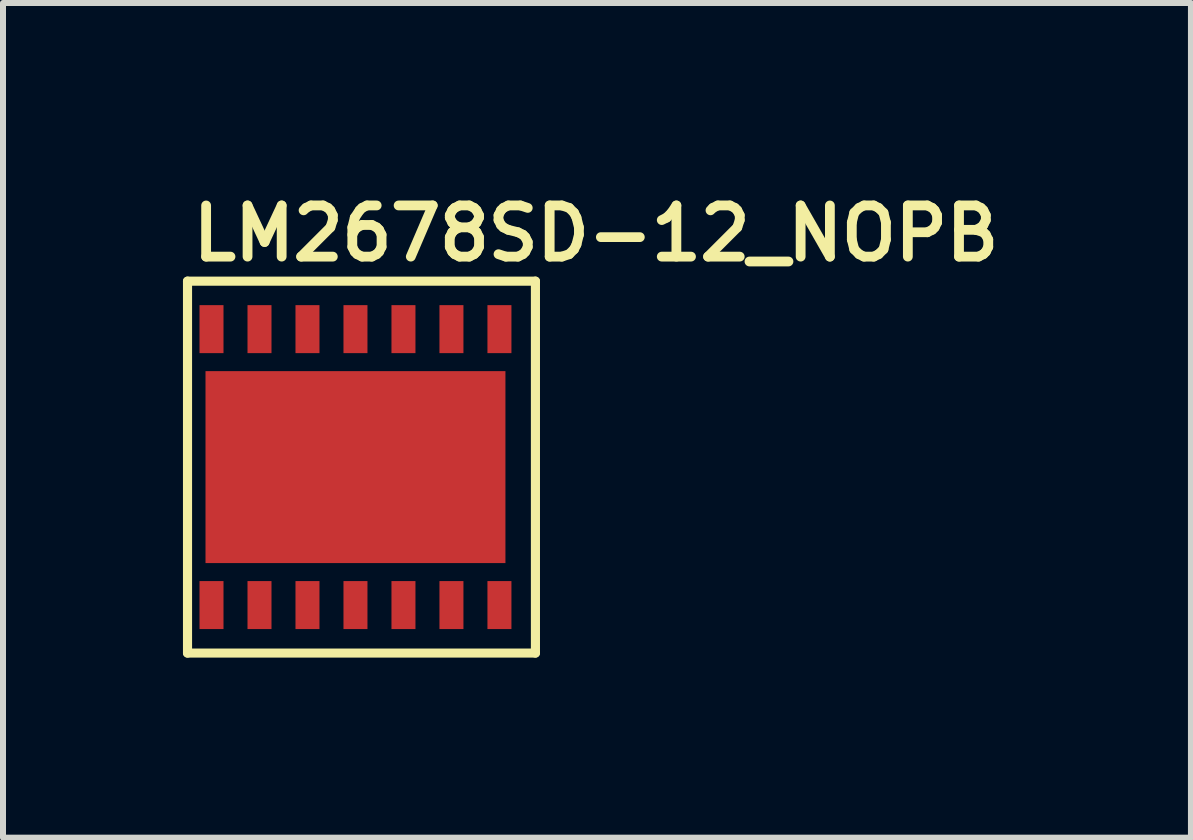
<source format=kicad_pcb>
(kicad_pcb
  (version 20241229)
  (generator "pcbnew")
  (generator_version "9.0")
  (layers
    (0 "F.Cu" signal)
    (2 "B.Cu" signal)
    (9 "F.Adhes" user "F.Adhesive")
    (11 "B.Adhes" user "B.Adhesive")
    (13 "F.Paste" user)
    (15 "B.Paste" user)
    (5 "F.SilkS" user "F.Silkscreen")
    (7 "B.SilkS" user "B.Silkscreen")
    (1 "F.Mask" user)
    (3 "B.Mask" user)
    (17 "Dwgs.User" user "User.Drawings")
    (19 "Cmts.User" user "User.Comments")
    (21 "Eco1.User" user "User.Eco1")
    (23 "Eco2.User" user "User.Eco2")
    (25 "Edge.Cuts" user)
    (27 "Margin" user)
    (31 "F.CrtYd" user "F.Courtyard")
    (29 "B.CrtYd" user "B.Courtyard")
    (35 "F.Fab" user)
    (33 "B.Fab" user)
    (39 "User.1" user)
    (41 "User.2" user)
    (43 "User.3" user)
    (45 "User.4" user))
  (footprint "LM2678SD-12_NOPB"
    (layer "F.Cu")
    (at 0.476 7.037)
    (property "Reference" "LM2678SD-12_NOPB" (at -0.4 -5.696 0) (unlocked yes) (layer "F.SilkS") (effects (font (size 0.853 0.853) (thickness 0.163)) (justify left bottom)))
    (fp_line (start -0.4 -5.4) (end 5.4 -5.4) (stroke (width 0.152) (type solid)) (layer "F.SilkS"))
    (fp_line (start -0.4 0.8) (end -0.4 -5.4) (stroke (width 0.152) (type solid)) (layer "F.SilkS"))
    (fp_line (start 5.4 -5.4) (end 5.4 0.8) (stroke (width 0.152) (type solid)) (layer "F.SilkS"))
    (fp_line (start 5.4 0.8) (end -0.4 0.8) (stroke (width 0.152) (type solid)) (layer "F.SilkS"))
    (fp_poly (pts (xy 0.2 -2.6) (xy 2.2 -2.6) (xy 2.2 -3.6) (xy 0.2 -3.6)) (stroke (width 0) (type default)) (fill yes) (layer "F.Paste"))
    (fp_poly (pts (xy 0.2 -1) (xy 2.2 -1) (xy 2.2 -2) (xy 0.2 -2)) (stroke (width 0) (type default)) (fill yes) (layer "F.Paste"))
    (fp_poly (pts (xy 2.6 -2.6) (xy 4.6 -2.6) (xy 4.6 -3.6) (xy 2.6 -3.6)) (stroke (width 0) (type default)) (fill yes) (layer "F.Paste"))
    (fp_poly (pts (xy 2.6 -1) (xy 4.6 -1) (xy 4.6 -2) (xy 2.6 -2)) (stroke (width 0) (type default)) (fill yes) (layer "F.Paste"))
    (pad "1" smd rect (at 0 0) (size 0.4 0.8) (layers "F.Cu" "F.Mask" "F.Paste"))
    (pad "2" smd rect (at 0.8 0) (size 0.4 0.8) (layers "F.Cu" "F.Mask" "F.Paste"))
    (pad "3" smd rect (at 1.6 0) (size 0.4 0.8) (layers "F.Cu" "F.Mask" "F.Paste"))
    (pad "4" smd rect (at 2.4 0) (size 0.4 0.8) (layers "F.Cu" "F.Mask" "F.Paste"))
    (pad "5" smd rect (at 3.2 0) (size 0.4 0.8) (layers "F.Cu" "F.Mask" "F.Paste"))
    (pad "6" smd rect (at 4 0) (size 0.4 0.8) (layers "F.Cu" "F.Mask" "F.Paste"))
    (pad "7" smd rect (at 4.8 0) (size 0.4 0.8) (layers "F.Cu" "F.Mask" "F.Paste"))
    (pad "8" smd rect (at 4.8 -4.6) (size 0.4 0.8) (layers "F.Cu" "F.Mask" "F.Paste"))
    (pad "9" smd rect (at 4 -4.6) (size 0.4 0.8) (layers "F.Cu" "F.Mask" "F.Paste"))
    (pad "10" smd rect (at 3.2 -4.6) (size 0.4 0.8) (layers "F.Cu" "F.Mask" "F.Paste"))
    (pad "11" smd rect (at 2.4 -4.6) (size 0.4 0.8) (layers "F.Cu" "F.Mask" "F.Paste"))
    (pad "12" smd rect (at 1.6 -4.6) (size 0.4 0.8) (layers "F.Cu" "F.Mask" "F.Paste"))
    (pad "13" smd rect (at 0.8 -4.6) (size 0.4 0.8) (layers "F.Cu" "F.Mask" "F.Paste"))
    (pad "14" smd rect (at 0 -4.6) (size 0.4 0.8) (layers "F.Cu" "F.Mask" "F.Paste"))
    (pad "DAP" smd rect (at 2.4 -2.3) (size 5 3.2) (layers "F.Cu" "F.Mask")))
  (gr_rect
    (start -3 -3)
    (end 16.804 10.914)
    (stroke (width 0.1) (type default))
    (fill no)
    (layer "Edge.Cuts")))
</source>
